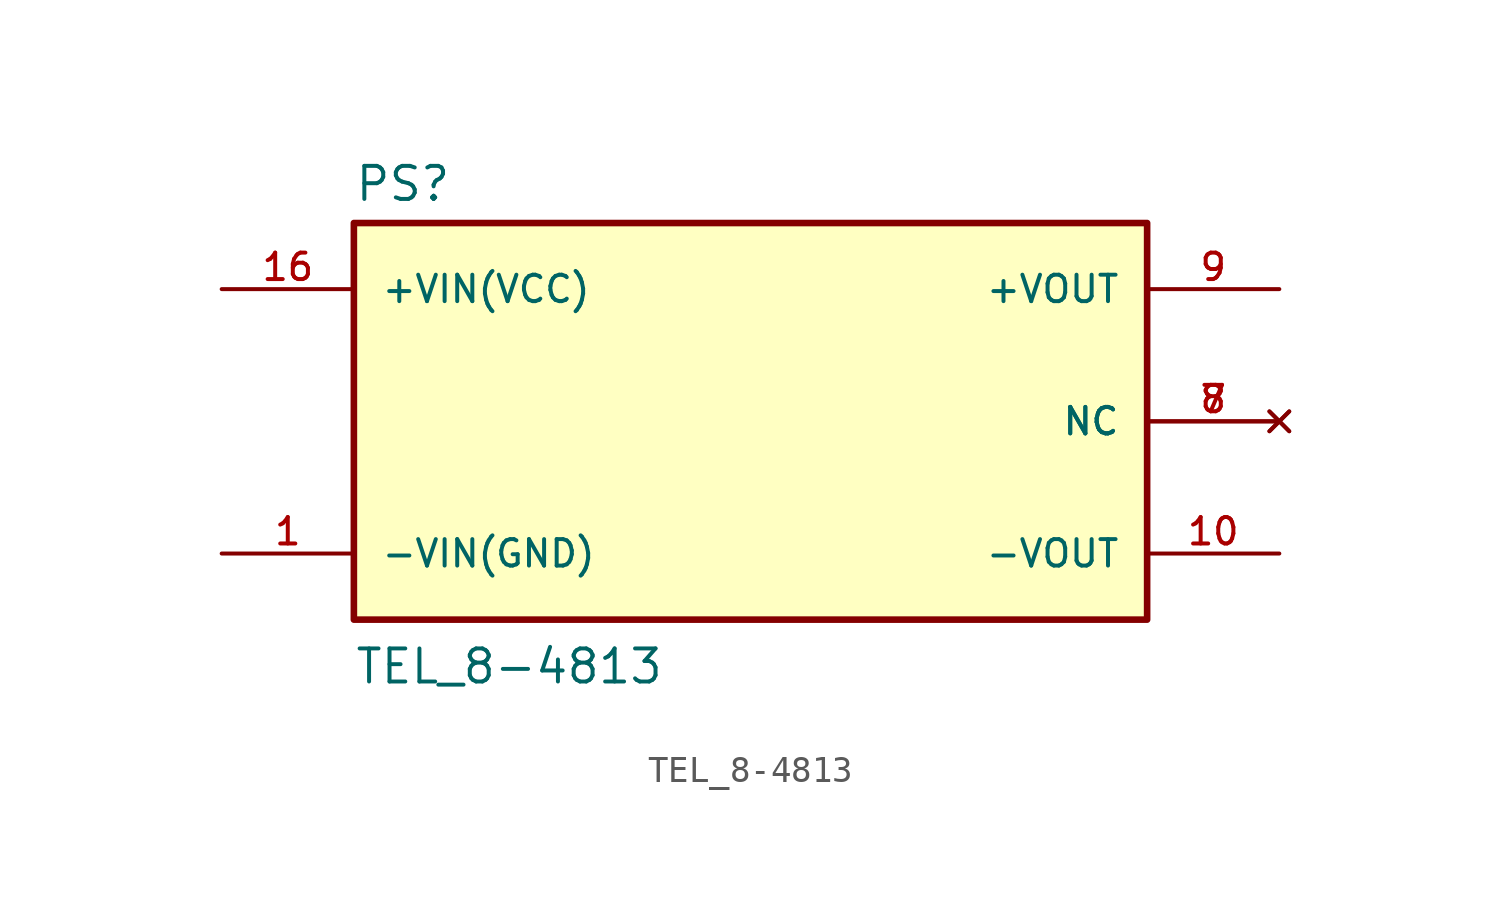
<source format=kicad_sym>
(kicad_symbol_lib
  (version 20211014)
  (generator kicad_symbol_editor)
  (symbol "TEL_8-4813"
    (pin_names
      (offset 1.016))
    (property "Reference" "PS"
      (at -15.24 8.382 0)
      (effects (font (size 1.27 1.27)) (justify bottom left)))
    (property "Value" "TEL_8-4813"
      (at -15.24 -10.16 0)
      (effects (font (size 1.27 1.27)) (justify bottom left)))
    (symbol "TEL_8-4813_0_0"
      (rectangle (start -15.24 -7.62) (end 15.24 7.62) (stroke (width 0.254)) (fill (type background)))
      (pin input line (at -20.32 5.08 0) (length 5.08) (name "+VIN(VCC)" (effects (font (size 1.016 1.016)))) (number "16" (effects (font (size 1.016 1.016)))))
      (pin input line (at -20.32 -5.08 0) (length 5.08) (name "-VIN(GND)" (effects (font (size 1.016 1.016)))) (number "1" (effects (font (size 1.016 1.016)))))
      (pin output line (at 20.32 5.08 180.0) (length 5.08) (name "+VOUT" (effects (font (size 1.016 1.016)))) (number "9" (effects (font (size 1.016 1.016)))))
      (pin output line (at 20.32 -5.08 180.0) (length 5.08) (name "-VOUT" (effects (font (size 1.016 1.016)))) (number "10" (effects (font (size 1.016 1.016)))))
      (pin no_connect line (at 20.32 0.0 180.0) (length 5.08) (name "NC" (effects (font (size 1.016 1.016)))) (number "7" (effects (font (size 1.016 1.016)))))
      (pin no_connect line (at 20.32 0.0 180.0) (length 5.08) (name "NC" (effects (font (size 1.016 1.016)))) (number "8" (effects (font (size 1.016 1.016))))))))
</source>
